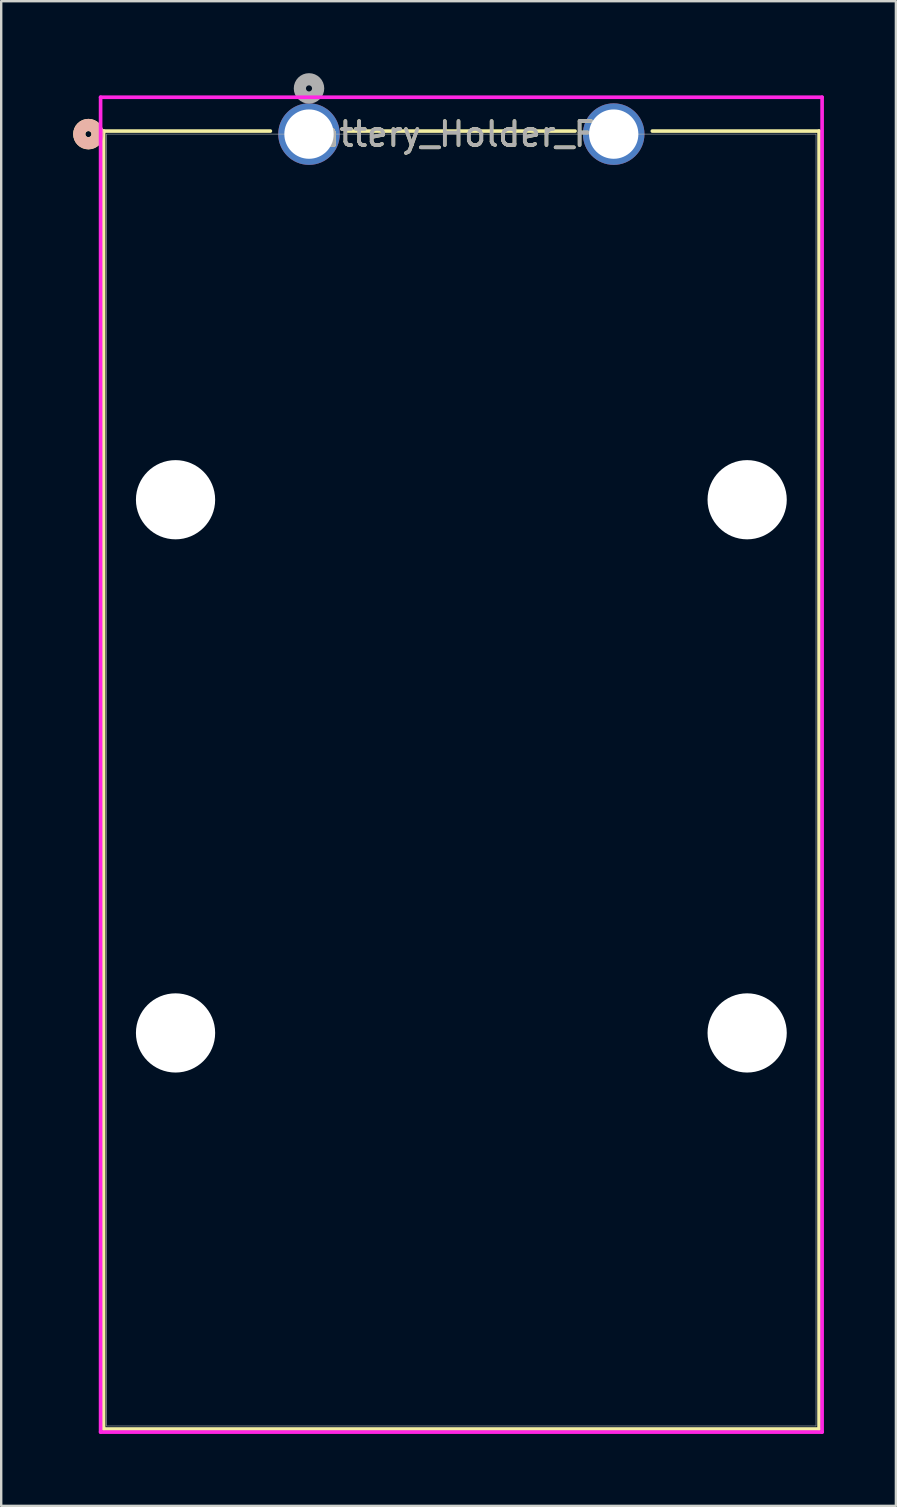
<source format=kicad_pcb>
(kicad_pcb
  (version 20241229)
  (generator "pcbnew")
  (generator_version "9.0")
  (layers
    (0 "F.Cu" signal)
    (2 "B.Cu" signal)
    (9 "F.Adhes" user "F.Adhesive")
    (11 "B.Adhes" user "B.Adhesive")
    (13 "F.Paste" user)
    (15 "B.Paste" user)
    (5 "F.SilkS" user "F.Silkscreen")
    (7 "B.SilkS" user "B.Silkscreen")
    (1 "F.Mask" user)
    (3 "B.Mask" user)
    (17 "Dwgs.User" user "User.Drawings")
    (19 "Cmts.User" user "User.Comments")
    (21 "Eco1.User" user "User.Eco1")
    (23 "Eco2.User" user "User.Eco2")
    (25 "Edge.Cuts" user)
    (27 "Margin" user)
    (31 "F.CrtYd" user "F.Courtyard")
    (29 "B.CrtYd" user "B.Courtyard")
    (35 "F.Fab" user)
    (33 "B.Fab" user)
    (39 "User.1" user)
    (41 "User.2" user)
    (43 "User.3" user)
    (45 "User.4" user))
  (footprint "Battery_Holder_FIX"
    (layer "F.Cu")
    (at 9.83 2.54)
    (property "Reference" "Battery_Holder_FIX" (at 6.35 0 0) (unlocked yes) (layer "F.SilkS") (effects (font (size 1 1) (thickness 0.15))))
    (attr through_hole)
    (fp_line (start -8.56 -0.127) (end -8.56 53.975) (stroke (width 0.152) (type solid)) (layer "F.SilkS"))
    (fp_line (start -8.56 53.975) (end 21.26 53.975) (stroke (width 0.152) (type solid)) (layer "F.SilkS"))
    (fp_line (start -1.61 -0.127) (end -8.56 -0.127) (stroke (width 0.152) (type solid)) (layer "F.SilkS"))
    (fp_line (start 11.09 -0.127) (end 1.61 -0.127) (stroke (width 0.152) (type solid)) (layer "F.SilkS"))
    (fp_line (start 21.26 -0.127) (end 14.31 -0.127) (stroke (width 0.152) (type solid)) (layer "F.SilkS"))
    (fp_line (start 21.26 53.975) (end 21.26 -0.127) (stroke (width 0.152) (type solid)) (layer "F.SilkS"))
    (fp_circle (center -9.195 0) (end -8.814 0) (stroke (width 0.508) (type solid)) (fill no) (layer "F.SilkS"))
    (fp_circle (center -9.195 0) (end -8.814 0) (stroke (width 0.508) (type solid)) (fill no) (layer "B.SilkS"))
    (fp_line (start -8.687 -1.537) (end -8.687 54.102) (stroke (width 0.152) (type solid)) (layer "F.CrtYd"))
    (fp_line (start -8.687 54.102) (end 21.387 54.102) (stroke (width 0.152) (type solid)) (layer "F.CrtYd"))
    (fp_line (start 21.387 -1.537) (end -8.687 -1.537) (stroke (width 0.152) (type solid)) (layer "F.CrtYd"))
    (fp_line (start 21.387 54.102) (end 21.387 -1.537) (stroke (width 0.152) (type solid)) (layer "F.CrtYd"))
    (fp_line (start -8.433 0) (end -8.433 53.848) (stroke (width 0.025) (type solid)) (layer "F.Fab"))
    (fp_line (start -8.433 53.848) (end 21.133 53.848) (stroke (width 0.025) (type solid)) (layer "F.Fab"))
    (fp_line (start 21.133 0) (end -8.433 0) (stroke (width 0.025) (type solid)) (layer "F.Fab"))
    (fp_line (start 21.133 53.848) (end 21.133 0) (stroke (width 0.025) (type solid)) (layer "F.Fab"))
    (fp_circle (center 0 -1.905) (end 0.381 -1.905) (stroke (width 0.508) (type solid)) (fill no) (layer "F.Fab"))
    (fp_text user "${REFERENCE}" (at 6.35 0 0) (unlocked yes) (layer "F.Fab") (effects (font (size 1 1) (thickness 0.15))))
    (pad "" np_thru_hole circle (at -5.563 15.24 90) (size 3.302 3.302) (drill 3.302) (layers "*.Cu" "*.Mask"))
    (pad "" np_thru_hole circle (at -5.563 37.465 90) (size 3.302 3.302) (drill 3.302) (layers "*.Cu" "*.Mask"))
    (pad "" np_thru_hole circle (at 18.263 15.24 90) (size 3.302 3.302) (drill 3.302) (layers "*.Cu" "*.Mask"))
    (pad "" np_thru_hole circle (at 18.263 37.465 90) (size 3.302 3.302) (drill 3.302) (layers "*.Cu" "*.Mask"))
    (pad "1" thru_hole circle (at 0 0) (size 2.565 2.565) (drill 2.057) (layers "*.Cu" "*.Mask"))
    (pad "2" thru_hole circle (at 12.7 0) (size 2.565 2.565) (drill 2.057) (layers "*.Cu" "*.Mask")))
  (gr_rect
    (start -3 -3)
    (end 34.293 59.718)
    (stroke (width 0.1) (type default))
    (fill no)
    (layer "Edge.Cuts")))
</source>
